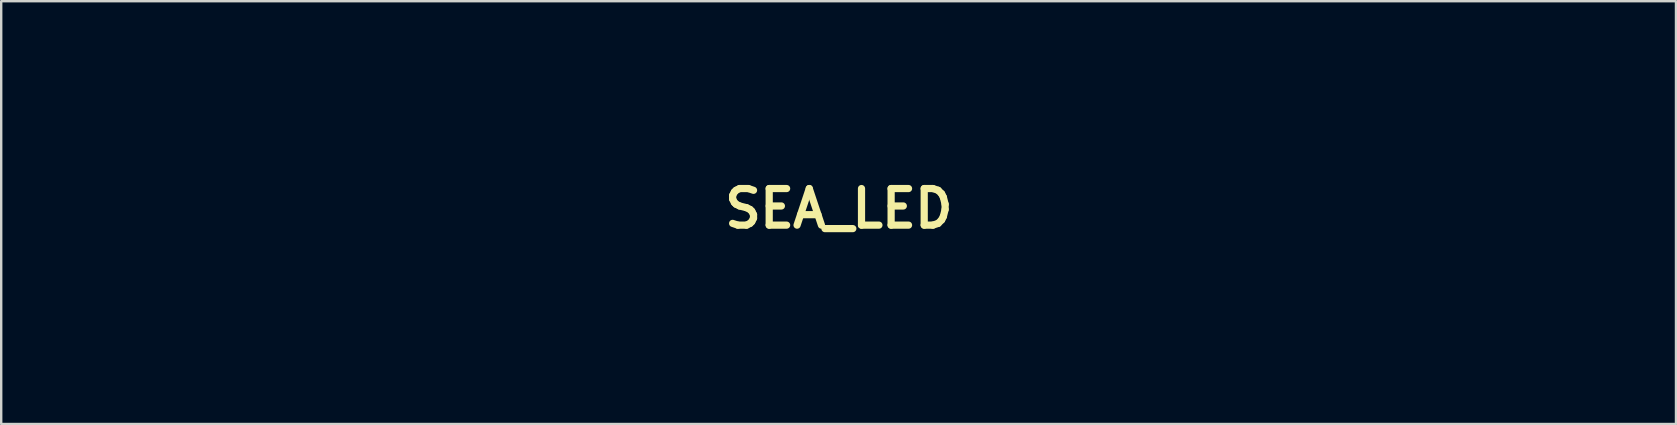
<source format=kicad_pcb>
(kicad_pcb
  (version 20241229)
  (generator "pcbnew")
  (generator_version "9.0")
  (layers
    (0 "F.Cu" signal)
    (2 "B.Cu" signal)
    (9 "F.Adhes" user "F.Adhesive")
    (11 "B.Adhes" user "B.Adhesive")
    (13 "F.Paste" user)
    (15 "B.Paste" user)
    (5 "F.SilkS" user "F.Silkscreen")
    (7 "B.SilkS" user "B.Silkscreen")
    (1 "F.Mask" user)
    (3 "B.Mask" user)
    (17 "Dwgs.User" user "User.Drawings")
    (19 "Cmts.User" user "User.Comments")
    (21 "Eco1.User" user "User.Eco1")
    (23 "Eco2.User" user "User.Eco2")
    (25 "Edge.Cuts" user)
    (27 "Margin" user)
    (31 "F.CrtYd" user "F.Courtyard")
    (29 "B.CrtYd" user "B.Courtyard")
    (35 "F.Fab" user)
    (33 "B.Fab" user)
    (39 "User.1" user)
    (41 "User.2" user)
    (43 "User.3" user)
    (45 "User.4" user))
  (footprint "SEA_LED"
    (layer "F.Cu")
    (at 31.903 5.641)
    (property "Reference" "SEA_LED" (at 0 0 0) (layer "F.SilkS") (effects (font (size 1.524 1.524) (thickness 0.3))))
    (attr through_hole)
    (fp_poly (pts (xy -18.098 -0.336) (xy -17.984 -0.231) (xy -17.928 -0.084) (xy -17.943 0.082) (xy -17.97 0.144) (xy -18.055 0.215) (xy -18.185 0.236) (xy -18.327 0.21) (xy -18.439 0.141) (xy -18.515 0.011) (xy -18.522 -0.132) (xy -18.469 -0.262) (xy -18.367 -0.351) (xy -18.257 -0.376) (xy -18.098 -0.336)) (stroke (width 0.01) (type solid)) (fill yes) (layer "F.Mask"))
    (fp_poly (pts (xy -11.72 1.142) (xy -11.589 1.211) (xy -11.501 1.331) (xy -11.477 1.451) (xy -11.516 1.6) (xy -11.617 1.698) (xy -11.757 1.737) (xy -11.913 1.707) (xy -11.984 1.667) (xy -12.065 1.559) (xy -12.089 1.415) (xy -12.054 1.274) (xy -12.002 1.207) (xy -11.866 1.137) (xy -11.72 1.142)) (stroke (width 0.01) (type solid)) (fill yes) (layer "F.Mask"))
    (fp_poly (pts (xy 4.054 -0.807) (xy 4.127 -0.665) (xy 4.139 -0.556) (xy 4.106 -0.382) (xy 4.012 -0.277) (xy 3.87 -0.247) (xy 3.738 -0.28) (xy 3.597 -0.376) (xy 3.526 -0.508) (xy 3.529 -0.652) (xy 3.612 -0.783) (xy 3.628 -0.798) (xy 3.785 -0.882) (xy 3.934 -0.882) (xy 4.054 -0.807)) (stroke (width 0.01) (type solid)) (fill yes) (layer "F.Mask"))
    (fp_poly (pts (xy 14.576 -5.418) (xy 14.653 -5.302) (xy 14.676 -5.133) (xy 14.64 -4.975) (xy 14.546 -4.878) (xy 14.412 -4.849) (xy 14.258 -4.896) (xy 14.188 -4.942) (xy 14.097 -5.048) (xy 14.064 -5.151) (xy 14.106 -5.268) (xy 14.212 -5.373) (xy 14.352 -5.442) (xy 14.445 -5.456) (xy 14.576 -5.418)) (stroke (width 0.01) (type solid)) (fill yes) (layer "F.Mask"))
    (fp_poly (pts (xy 15.746 -5.494) (xy 15.878 -5.436) (xy 15.968 -5.33) (xy 15.993 -5.224) (xy 15.955 -5.064) (xy 15.858 -4.943) (xy 15.725 -4.875) (xy 15.579 -4.874) (xy 15.487 -4.916) (xy 15.407 -5.024) (xy 15.378 -5.173) (xy 15.401 -5.323) (xy 15.467 -5.425) (xy 15.6 -5.494) (xy 15.746 -5.494)) (stroke (width 0.01) (type solid)) (fill yes) (layer "F.Mask"))
    (fp_poly (pts (xy -31.279 -2.767) (xy -31.177 -2.66) (xy -31.139 -2.514) (xy -31.178 -2.366) (xy -31.279 -2.262) (xy -31.416 -2.21) (xy -31.566 -2.217) (xy -31.704 -2.289) (xy -31.747 -2.335) (xy -31.83 -2.483) (xy -31.825 -2.611) (xy -31.73 -2.734) (xy -31.723 -2.74) (xy -31.577 -2.817) (xy -31.421 -2.823) (xy -31.279 -2.767)) (stroke (width 0.01) (type solid)) (fill yes) (layer "F.Mask"))
    (fp_poly (pts (xy -24.838 2.018) (xy -24.721 2.116) (xy -24.655 2.261) (xy -24.647 2.336) (xy -24.687 2.485) (xy -24.791 2.588) (xy -24.938 2.635) (xy -25.106 2.615) (xy -25.188 2.578) (xy -25.315 2.465) (xy -25.353 2.326) (xy -25.302 2.167) (xy -25.255 2.099) (xy -25.128 2.001) (xy -24.982 1.976) (xy -24.838 2.018)) (stroke (width 0.01) (type solid)) (fill yes) (layer "F.Mask"))
    (fp_poly (pts (xy -22.149 5.221) (xy -22.05 5.383) (xy -22.043 5.535) (xy -22.127 5.686) (xy -22.142 5.703) (xy -22.258 5.77) (xy -22.406 5.781) (xy -22.545 5.738) (xy -22.597 5.696) (xy -22.659 5.561) (xy -22.663 5.426) (xy -22.641 5.301) (xy -22.581 5.22) (xy -22.468 5.151) (xy -22.288 5.056) (xy -22.149 5.221)) (stroke (width 0.01) (type solid)) (fill yes) (layer "F.Mask"))
    (fp_poly (pts (xy -22.108 1.082) (xy -21.991 1.154) (xy -21.942 1.259) (xy -21.951 1.418) (xy -21.958 1.458) (xy -22.026 1.602) (xy -22.14 1.698) (xy -22.275 1.739) (xy -22.408 1.715) (xy -22.509 1.626) (xy -22.569 1.467) (xy -22.556 1.311) (xy -22.485 1.178) (xy -22.369 1.086) (xy -22.222 1.056) (xy -22.108 1.082)) (stroke (width 0.01) (type solid)) (fill yes) (layer "F.Mask"))
    (fp_poly (pts (xy -19.505 5.287) (xy -19.362 5.366) (xy -19.26 5.491) (xy -19.251 5.63) (xy -19.333 5.78) (xy -19.353 5.802) (xy -19.49 5.905) (xy -19.625 5.913) (xy -19.764 5.828) (xy -19.781 5.811) (xy -19.876 5.664) (xy -19.886 5.51) (xy -19.809 5.369) (xy -19.803 5.362) (xy -19.663 5.28) (xy -19.505 5.287)) (stroke (width 0.01) (type solid)) (fill yes) (layer "F.Mask"))
    (fp_poly (pts (xy -19.324 -5.418) (xy -19.288 -5.378) (xy -19.219 -5.239) (xy -19.239 -5.104) (xy -19.35 -4.962) (xy -19.362 -4.951) (xy -19.474 -4.869) (xy -19.575 -4.854) (xy -19.661 -4.88) (xy -19.781 -4.97) (xy -19.839 -5.107) (xy -19.832 -5.261) (xy -19.754 -5.4) (xy -19.615 -5.49) (xy -19.463 -5.495) (xy -19.324 -5.418)) (stroke (width 0.01) (type solid)) (fill yes) (layer "F.Mask"))
    (fp_poly (pts (xy -18.005 5.3) (xy -17.999 5.307) (xy -17.945 5.414) (xy -17.923 5.556) (xy -17.935 5.69) (xy -17.98 5.776) (xy -18.095 5.833) (xy -18.237 5.858) (xy -18.344 5.846) (xy -18.469 5.753) (xy -18.523 5.619) (xy -18.504 5.468) (xy -18.417 5.337) (xy -18.275 5.243) (xy -18.131 5.23) (xy -18.005 5.3)) (stroke (width 0.01) (type solid)) (fill yes) (layer "F.Mask"))
    (fp_poly (pts (xy -16.781 -5.478) (xy -16.628 -5.4) (xy -16.532 -5.289) (xy -16.511 -5.202) (xy -16.551 -5.063) (xy -16.651 -4.949) (xy -16.785 -4.876) (xy -16.926 -4.858) (xy -17.037 -4.901) (xy -17.108 -4.992) (xy -17.147 -5.091) (xy -17.137 -5.215) (xy -17.066 -5.339) (xy -16.959 -5.437) (xy -16.84 -5.483) (xy -16.781 -5.478)) (stroke (width 0.01) (type solid)) (fill yes) (layer "F.Mask"))
    (fp_poly (pts (xy -12.378 2.617) (xy -12.244 2.685) (xy -12.151 2.809) (xy -12.15 2.811) (xy -12.116 2.922) (xy -12.135 3) (xy -12.195 3.075) (xy -12.338 3.191) (xy -12.481 3.216) (xy -12.618 3.162) (xy -12.744 3.048) (xy -12.781 2.912) (xy -12.748 2.776) (xy -12.657 2.662) (xy -12.525 2.609) (xy -12.378 2.617)) (stroke (width 0.01) (type solid)) (fill yes) (layer "F.Mask"))
    (fp_poly (pts (xy -10.988 -0.401) (xy -10.872 -0.329) (xy -10.821 -0.191) (xy -10.819 -0.145) (xy -10.858 -0.000036) (xy -10.958 0.098) (xy -11.094 0.139) (xy -11.239 0.112) (xy -11.321 0.059) (xy -11.415 -0.065) (xy -11.446 -0.199) (xy -11.413 -0.302) (xy -11.335 -0.354) (xy -11.206 -0.396) (xy -11.168 -0.403) (xy -10.988 -0.401)) (stroke (width 0.01) (type solid)) (fill yes) (layer "F.Mask"))
    (fp_poly (pts (xy -10.06 1.382) (xy -9.969 1.45) (xy -9.913 1.589) (xy -9.905 1.617) (xy -9.912 1.758) (xy -9.986 1.873) (xy -10.104 1.951) (xy -10.241 1.98) (xy -10.374 1.95) (xy -10.463 1.871) (xy -10.531 1.709) (xy -10.518 1.558) (xy -10.434 1.439) (xy -10.29 1.372) (xy -10.21 1.364) (xy -10.06 1.382)) (stroke (width 0.01) (type solid)) (fill yes) (layer "F.Mask"))
    (fp_poly (pts (xy -8.799 1.333) (xy -8.681 1.43) (xy -8.653 1.47) (xy -8.584 1.646) (xy -8.601 1.796) (xy -8.696 1.907) (xy -8.862 1.967) (xy -8.95 1.974) (xy -9.075 1.964) (xy -9.143 1.917) (xy -9.173 1.855) (xy -9.217 1.661) (xy -9.181 1.51) (xy -9.095 1.415) (xy -8.937 1.328) (xy -8.799 1.333)) (stroke (width 0.01) (type solid)) (fill yes) (layer "F.Mask"))
    (fp_poly (pts (xy 4.028 3.836) (xy 4.11 3.916) (xy 4.193 4.074) (xy 4.208 4.193) (xy 4.154 4.301) (xy 4.088 4.372) (xy 3.95 4.48) (xy 3.835 4.507) (xy 3.718 4.455) (xy 3.652 4.4) (xy 3.547 4.253) (xy 3.531 4.103) (xy 3.601 3.967) (xy 3.719 3.879) (xy 3.895 3.817) (xy 4.028 3.836)) (stroke (width 0.01) (type solid)) (fill yes) (layer "F.Mask"))
    (fp_poly (pts (xy 4.116 2.298) (xy 4.21 2.412) (xy 4.233 2.52) (xy 4.204 2.665) (xy 4.136 2.792) (xy 4.007 2.896) (xy 3.861 2.91) (xy 3.709 2.835) (xy 3.654 2.784) (xy 3.551 2.628) (xy 3.533 2.475) (xy 3.596 2.346) (xy 3.734 2.256) (xy 3.798 2.237) (xy 3.971 2.235) (xy 4.116 2.298)) (stroke (width 0.01) (type solid)) (fill yes) (layer "F.Mask"))
    (fp_poly (pts (xy 13.059 5.2) (xy 13.147 5.364) (xy 13.164 5.524) (xy 13.115 5.662) (xy 13.007 5.755) (xy 12.865 5.786) (xy 12.714 5.754) (xy 12.609 5.662) (xy 12.542 5.562) (xy 12.513 5.488) (xy 12.512 5.485) (xy 12.548 5.321) (xy 12.658 5.201) (xy 12.757 5.146) (xy 12.947 5.06) (xy 13.059 5.2)) (stroke (width 0.01) (type solid)) (fill yes) (layer "F.Mask"))
    (fp_poly (pts (xy 13.152 3.734) (xy 13.218 3.811) (xy 13.299 3.971) (xy 13.291 4.105) (xy 13.194 4.225) (xy 13.188 4.23) (xy 13.031 4.311) (xy 12.878 4.32) (xy 12.754 4.256) (xy 12.726 4.223) (xy 12.661 4.081) (xy 12.677 3.939) (xy 12.768 3.785) (xy 12.893 3.675) (xy 13.023 3.658) (xy 13.152 3.734)) (stroke (width 0.01) (type solid)) (fill yes) (layer "F.Mask"))
    (fp_poly (pts (xy 14.057 -0.351) (xy 14.175 -0.305) (xy 14.313 -0.21) (xy 14.384 -0.083) (xy 14.384 0.052) (xy 14.312 0.171) (xy 14.226 0.228) (xy 14.041 0.279) (xy 13.892 0.252) (xy 13.808 0.178) (xy 13.743 0.037) (xy 13.754 -0.113) (xy 13.807 -0.238) (xy 13.87 -0.333) (xy 13.945 -0.37) (xy 14.057 -0.351)) (stroke (width 0.01) (type solid)) (fill yes) (layer "F.Mask"))
    (fp_poly (pts (xy 17.111 -0.337) (xy 17.223 -0.239) (xy 17.297 -0.117) (xy 17.31 -0.051) (xy 17.27 0.092) (xy 17.169 0.189) (xy 17.028 0.229) (xy 16.874 0.201) (xy 16.803 0.162) (xy 16.713 0.051) (xy 16.693 -0.084) (xy 16.734 -0.217) (xy 16.827 -0.323) (xy 16.962 -0.375) (xy 16.992 -0.376) (xy 17.111 -0.337)) (stroke (width 0.01) (type solid)) (fill yes) (layer "F.Mask"))
    (fp_poly (pts (xy 18.566 -5.412) (xy 18.646 -5.31) (xy 18.698 -5.208) (xy 18.698 -5.136) (xy 18.652 -5.052) (xy 18.542 -4.943) (xy 18.397 -4.865) (xy 18.294 -4.845) (xy 18.232 -4.875) (xy 18.156 -4.939) (xy 18.077 -5.076) (xy 18.074 -5.227) (xy 18.142 -5.364) (xy 18.272 -5.455) (xy 18.433 -5.478) (xy 18.566 -5.412)) (stroke (width 0.01) (type solid)) (fill yes) (layer "F.Mask"))
    (fp_poly (pts (xy 22.759 -2.291) (xy 22.811 -2.259) (xy 22.928 -2.133) (xy 22.956 -1.995) (xy 22.895 -1.861) (xy 22.817 -1.791) (xy 22.643 -1.705) (xy 22.487 -1.711) (xy 22.354 -1.807) (xy 22.343 -1.821) (xy 22.273 -1.967) (xy 22.281 -2.107) (xy 22.35 -2.224) (xy 22.463 -2.304) (xy 22.605 -2.332) (xy 22.759 -2.291)) (stroke (width 0.01) (type solid)) (fill yes) (layer "F.Mask"))
    (fp_poly (pts (xy 22.775 5.147) (xy 22.924 5.242) (xy 23.026 5.387) (xy 23.038 5.535) (xy 22.964 5.675) (xy 22.828 5.778) (xy 22.69 5.828) (xy 22.58 5.8) (xy 22.493 5.724) (xy 22.408 5.596) (xy 22.362 5.473) (xy 22.357 5.359) (xy 22.408 5.274) (xy 22.462 5.228) (xy 22.623 5.141) (xy 22.775 5.147)) (stroke (width 0.01) (type solid)) (fill yes) (layer "F.Mask"))
    (fp_poly (pts (xy 24.507 5.16) (xy 24.656 5.254) (xy 24.696 5.293) (xy 24.768 5.428) (xy 24.764 5.573) (xy 24.697 5.705) (xy 24.578 5.8) (xy 24.432 5.833) (xy 24.281 5.799) (xy 24.18 5.709) (xy 24.096 5.553) (xy 24.104 5.408) (xy 24.204 5.264) (xy 24.218 5.251) (xy 24.362 5.159) (xy 24.507 5.16)) (stroke (width 0.01) (type solid)) (fill yes) (layer "F.Mask"))
    (fp_poly (pts (xy 26.129 5.241) (xy 26.134 5.246) (xy 26.232 5.396) (xy 26.241 5.548) (xy 26.164 5.685) (xy 26.055 5.764) (xy 25.908 5.823) (xy 25.801 5.813) (xy 25.705 5.732) (xy 25.686 5.709) (xy 25.601 5.548) (xy 25.608 5.401) (xy 25.694 5.283) (xy 25.853 5.177) (xy 25.997 5.163) (xy 26.129 5.241)) (stroke (width 0.01) (type solid)) (fill yes) (layer "F.Mask"))
    (fp_poly (pts (xy 27.158 -5.347) (xy 27.271 -5.289) (xy 27.359 -5.178) (xy 27.369 -5.037) (xy 27.303 -4.888) (xy 27.252 -4.828) (xy 27.114 -4.727) (xy 26.987 -4.717) (xy 26.855 -4.797) (xy 26.832 -4.819) (xy 26.735 -4.964) (xy 26.728 -5.105) (xy 26.813 -5.233) (xy 26.854 -5.265) (xy 27.014 -5.348) (xy 27.158 -5.347)) (stroke (width 0.01) (type solid)) (fill yes) (layer "F.Mask"))
    (fp_poly (pts (xy 28.53 -5.107) (xy 28.671 -5.012) (xy 28.768 -4.866) (xy 28.774 -4.721) (xy 28.691 -4.59) (xy 28.663 -4.566) (xy 28.513 -4.482) (xy 28.379 -4.488) (xy 28.244 -4.584) (xy 28.244 -4.584) (xy 28.147 -4.73) (xy 28.142 -4.878) (xy 28.229 -5.017) (xy 28.237 -5.025) (xy 28.383 -5.113) (xy 28.53 -5.107)) (stroke (width 0.01) (type solid)) (fill yes) (layer "F.Mask"))
    (fp_poly (pts (xy 31.415 -2.087) (xy 31.476 -2.021) (xy 31.534 -1.915) (xy 31.539 -1.794) (xy 31.527 -1.718) (xy 31.461 -1.567) (xy 31.345 -1.494) (xy 31.184 -1.502) (xy 31.106 -1.529) (xy 30.964 -1.629) (xy 30.905 -1.764) (xy 30.931 -1.923) (xy 31.003 -2.042) (xy 31.129 -2.139) (xy 31.275 -2.154) (xy 31.415 -2.087)) (stroke (width 0.01) (type solid)) (fill yes) (layer "F.Mask"))
    (fp_poly (pts (xy -31.374 4.334) (xy -31.224 4.426) (xy -31.149 4.572) (xy -31.139 4.674) (xy -31.18 4.798) (xy -31.287 4.898) (xy -31.43 4.962) (xy -31.582 4.981) (xy -31.713 4.943) (xy -31.76 4.904) (xy -31.864 4.765) (xy -31.898 4.656) (xy -31.867 4.552) (xy -31.834 4.502) (xy -31.69 4.36) (xy -31.524 4.309) (xy -31.374 4.334)) (stroke (width 0.01) (type solid)) (fill yes) (layer "F.Mask"))
    (fp_poly (pts (xy -29.011 -0.52) (xy -28.923 -0.467) (xy -28.814 -0.344) (xy -28.784 -0.206) (xy -28.829 -0.075) (xy -28.94 0.029) (xy -29.084 0.078) (xy -29.217 0.083) (xy -29.319 0.032) (xy -29.371 -0.016) (xy -29.465 -0.135) (xy -29.485 -0.249) (xy -29.437 -0.394) (xy -29.42 -0.426) (xy -29.319 -0.534) (xy -29.177 -0.566) (xy -29.011 -0.52)) (stroke (width 0.01) (type solid)) (fill yes) (layer "F.Mask"))
    (fp_poly (pts (xy -28.146 5.401) (xy -28.039 5.497) (xy -27.986 5.622) (xy -28.002 5.761) (xy -28.081 5.88) (xy -28.208 5.95) (xy -28.373 5.972) (xy -28.528 5.941) (xy -28.557 5.926) (xy -28.629 5.853) (xy -28.69 5.744) (xy -28.719 5.586) (xy -28.66 5.464) (xy -28.516 5.379) (xy -28.474 5.366) (xy -28.296 5.352) (xy -28.146 5.401)) (stroke (width 0.01) (type solid)) (fill yes) (layer "F.Mask"))
    (fp_poly (pts (xy -25.891 -4.603) (xy -25.788 -4.555) (xy -25.672 -4.44) (xy -25.631 -4.304) (xy -25.659 -4.166) (xy -25.746 -4.048) (xy -25.886 -3.97) (xy -26.016 -3.951) (xy -26.112 -3.983) (xy -26.219 -4.06) (xy -26.225 -4.067) (xy -26.321 -4.211) (xy -26.338 -4.354) (xy -26.289 -4.48) (xy -26.189 -4.574) (xy -26.052 -4.62) (xy -25.891 -4.603)) (stroke (width 0.01) (type solid)) (fill yes) (layer "F.Mask"))
    (fp_poly (pts (xy -20.701 5.215) (xy -20.615 5.32) (xy -20.566 5.459) (xy -20.563 5.605) (xy -20.615 5.728) (xy -20.637 5.751) (xy -20.767 5.827) (xy -20.918 5.86) (xy -21.026 5.846) (xy -21.145 5.751) (xy -21.207 5.6) (xy -21.212 5.543) (xy -21.173 5.421) (xy -21.074 5.3) (xy -20.943 5.209) (xy -20.816 5.174) (xy -20.701 5.215)) (stroke (width 0.01) (type solid)) (fill yes) (layer "F.Mask"))
    (fp_poly (pts (xy -20.625 -5.396) (xy -20.551 -5.268) (xy -20.536 -5.151) (xy -20.555 -5.019) (xy -20.598 -4.92) (xy -20.599 -4.92) (xy -20.707 -4.856) (xy -20.852 -4.855) (xy -21.004 -4.915) (xy -21.043 -4.942) (xy -21.145 -5.061) (xy -21.153 -5.185) (xy -21.068 -5.316) (xy -21.042 -5.341) (xy -20.888 -5.439) (xy -20.743 -5.455) (xy -20.625 -5.396)) (stroke (width 0.01) (type solid)) (fill yes) (layer "F.Mask"))
    (fp_poly (pts (xy -19.662 -0.355) (xy -19.52 -0.258) (xy -19.516 -0.254) (xy -19.433 -0.16) (xy -19.412 -0.075) (xy -19.431 0.016) (xy -19.484 0.139) (xy -19.553 0.223) (xy -19.693 0.276) (xy -19.855 0.268) (xy -19.968 0.217) (xy -20.042 0.111) (xy -20.058 -0.033) (xy -20.018 -0.179) (xy -19.941 -0.277) (xy -19.797 -0.361) (xy -19.662 -0.355)) (stroke (width 0.01) (type solid)) (fill yes) (layer "F.Mask"))
    (fp_poly (pts (xy -17.959 -5.44) (xy -17.895 -5.388) (xy -17.8 -5.253) (xy -17.794 -5.118) (xy -17.877 -4.969) (xy -17.877 -4.969) (xy -18.009 -4.866) (xy -18.162 -4.848) (xy -18.318 -4.916) (xy -18.375 -4.965) (xy -18.457 -5.073) (xy -18.471 -5.178) (xy -18.465 -5.212) (xy -18.388 -5.373) (xy -18.263 -5.47) (xy -18.112 -5.494) (xy -17.959 -5.44)) (stroke (width 0.01) (type solid)) (fill yes) (layer "F.Mask"))
    (fp_poly (pts (xy -16.942 5.197) (xy -16.801 5.292) (xy -16.717 5.388) (xy -16.64 5.502) (xy -16.618 5.583) (xy -16.643 5.669) (xy -16.644 5.671) (xy -16.745 5.799) (xy -16.886 5.864) (xy -17.038 5.862) (xy -17.173 5.789) (xy -17.212 5.743) (xy -17.295 5.581) (xy -17.291 5.436) (xy -17.2 5.287) (xy -17.076 5.196) (xy -16.942 5.197)) (stroke (width 0.01) (type solid)) (fill yes) (layer "F.Mask"))
    (fp_poly (pts (xy -16.782 -0.329) (xy -16.713 -0.254) (xy -16.624 -0.111) (xy -16.618 0.004) (xy -16.695 0.11) (xy -16.728 0.138) (xy -16.892 0.224) (xy -17.048 0.23) (xy -17.177 0.157) (xy -17.225 0.094) (xy -17.276 -0.009) (xy -17.275 -0.087) (xy -17.225 -0.188) (xy -17.11 -0.313) (xy -16.984 -0.359) (xy -16.865 -0.369) (xy -16.782 -0.329)) (stroke (width 0.01) (type solid)) (fill yes) (layer "F.Mask"))
    (fp_poly (pts (xy -15.578 5.201) (xy -15.451 5.295) (xy -15.387 5.427) (xy -15.387 5.57) (xy -15.451 5.698) (xy -15.576 5.781) (xy -15.745 5.826) (xy -15.862 5.814) (xy -15.956 5.739) (xy -15.989 5.696) (xy -16.066 5.57) (xy -16.077 5.471) (xy -16.024 5.36) (xy -15.993 5.316) (xy -15.872 5.194) (xy -15.734 5.16) (xy -15.578 5.201)) (stroke (width 0.01) (type solid)) (fill yes) (layer "F.Mask"))
    (fp_poly (pts (xy -10.293 -2.216) (xy -10.27 -2.208) (xy -10.138 -2.136) (xy -10.078 -2.031) (xy -10.067 -1.916) (xy -10.094 -1.804) (xy -10.19 -1.711) (xy -10.219 -1.693) (xy -10.401 -1.612) (xy -10.546 -1.617) (xy -10.651 -1.704) (xy -10.717 -1.866) (xy -10.705 -2.03) (xy -10.622 -2.162) (xy -10.523 -2.236) (xy -10.427 -2.252) (xy -10.293 -2.216)) (stroke (width 0.01) (type solid)) (fill yes) (layer "F.Mask"))
    (fp_poly (pts (xy -6.45 -0.562) (xy -6.371 -0.494) (xy -6.326 -0.357) (xy -6.319 -0.319) (xy -6.331 -0.156) (xy -6.412 -0.033) (xy -6.54 0.037) (xy -6.695 0.043) (xy -6.856 -0.026) (xy -6.857 -0.026) (xy -6.942 -0.132) (xy -6.955 -0.261) (xy -6.907 -0.392) (xy -6.809 -0.502) (xy -6.672 -0.569) (xy -6.584 -0.58) (xy -6.45 -0.562)) (stroke (width 0.01) (type solid)) (fill yes) (layer "F.Mask"))
    (fp_poly (pts (xy 3.913 -4.035) (xy 4.052 -3.953) (xy 4.089 -3.909) (xy 4.171 -3.751) (xy 4.167 -3.618) (xy 4.075 -3.491) (xy 4.042 -3.461) (xy 3.896 -3.364) (xy 3.775 -3.35) (xy 3.661 -3.418) (xy 3.63 -3.448) (xy 3.551 -3.586) (xy 3.528 -3.747) (xy 3.562 -3.896) (xy 3.614 -3.967) (xy 3.757 -4.041) (xy 3.913 -4.035)) (stroke (width 0.01) (type solid)) (fill yes) (layer "F.Mask"))
    (fp_poly (pts (xy 4.068 -5.536) (xy 4.133 -5.443) (xy 4.211 -5.294) (xy 4.225 -5.18) (xy 4.175 -5.069) (xy 4.136 -5.016) (xy 4.005 -4.912) (xy 3.854 -4.895) (xy 3.702 -4.963) (xy 3.641 -5.019) (xy 3.555 -5.165) (xy 3.555 -5.309) (xy 3.636 -5.437) (xy 3.79 -5.537) (xy 3.91 -5.575) (xy 3.999 -5.582) (xy 4.068 -5.536)) (stroke (width 0.01) (type solid)) (fill yes) (layer "F.Mask"))
    (fp_poly (pts (xy 4.091 -2.37) (xy 4.128 -2.332) (xy 4.2 -2.179) (xy 4.192 -2.027) (xy 4.12 -1.894) (xy 3.998 -1.797) (xy 3.838 -1.757) (xy 3.711 -1.772) (xy 3.629 -1.835) (xy 3.563 -1.957) (xy 3.529 -2.102) (xy 3.528 -2.134) (xy 3.568 -2.273) (xy 3.672 -2.375) (xy 3.811 -2.431) (xy 3.96 -2.432) (xy 4.091 -2.37)) (stroke (width 0.01) (type solid)) (fill yes) (layer "F.Mask"))
    (fp_poly (pts (xy 8.371 5.218) (xy 8.44 5.279) (xy 8.498 5.416) (xy 8.511 5.57) (xy 8.479 5.705) (xy 8.431 5.767) (xy 8.301 5.82) (xy 8.145 5.825) (xy 8.008 5.782) (xy 7.971 5.754) (xy 7.923 5.65) (xy 7.914 5.501) (xy 7.943 5.349) (xy 7.998 5.243) (xy 8.101 5.183) (xy 8.239 5.176) (xy 8.371 5.218)) (stroke (width 0.01) (type solid)) (fill yes) (layer "F.Mask"))
    (fp_poly (pts (xy 10.737 5.225) (xy 10.846 5.306) (xy 10.932 5.423) (xy 10.975 5.542) (xy 10.971 5.597) (xy 10.879 5.752) (xy 10.74 5.847) (xy 10.579 5.871) (xy 10.42 5.816) (xy 10.411 5.81) (xy 10.306 5.691) (xy 10.273 5.552) (xy 10.301 5.413) (xy 10.379 5.294) (xy 10.496 5.215) (xy 10.639 5.197) (xy 10.737 5.225)) (stroke (width 0.01) (type solid)) (fill yes) (layer "F.Mask"))
    (fp_poly (pts (xy 12.995 2.455) (xy 13.157 2.491) (xy 13.266 2.579) (xy 13.272 2.587) (xy 13.327 2.724) (xy 13.307 2.858) (xy 13.229 2.976) (xy 13.113 3.06) (xy 12.975 3.097) (xy 12.833 3.071) (xy 12.757 3.022) (xy 12.653 2.879) (xy 12.635 2.72) (xy 12.706 2.567) (xy 12.79 2.483) (xy 12.89 2.453) (xy 12.995 2.455)) (stroke (width 0.01) (type solid)) (fill yes) (layer "F.Mask"))
    (fp_poly (pts (xy 15.67 -0.287) (xy 15.681 -0.279) (xy 15.778 -0.158) (xy 15.8 -0.027) (xy 15.759 0.097) (xy 15.67 0.199) (xy 15.547 0.263) (xy 15.403 0.272) (xy 15.254 0.211) (xy 15.25 0.209) (xy 15.162 0.097) (xy 15.149 -0.045) (xy 15.209 -0.191) (xy 15.27 -0.261) (xy 15.405 -0.355) (xy 15.53 -0.364) (xy 15.67 -0.287)) (stroke (width 0.01) (type solid)) (fill yes) (layer "F.Mask"))
    (fp_poly (pts (xy 15.824 5.338) (xy 15.877 5.384) (xy 15.964 5.485) (xy 15.986 5.574) (xy 15.947 5.688) (xy 15.924 5.735) (xy 15.816 5.876) (xy 15.687 5.925) (xy 15.542 5.883) (xy 15.425 5.789) (xy 15.321 5.665) (xy 15.295 5.561) (xy 15.343 5.448) (xy 15.385 5.392) (xy 15.516 5.29) (xy 15.669 5.272) (xy 15.824 5.338)) (stroke (width 0.01) (type solid)) (fill yes) (layer "F.Mask"))
    (fp_poly (pts (xy 17.162 5.26) (xy 17.251 5.361) (xy 17.297 5.495) (xy 17.295 5.638) (xy 17.24 5.761) (xy 17.139 5.835) (xy 17.03 5.871) (xy 16.953 5.869) (xy 16.853 5.826) (xy 16.839 5.819) (xy 16.738 5.725) (xy 16.703 5.597) (xy 16.725 5.458) (xy 16.798 5.334) (xy 16.913 5.247) (xy 17.035 5.221) (xy 17.162 5.26)) (stroke (width 0.01) (type solid)) (fill yes) (layer "F.Mask"))
    (fp_poly (pts (xy 17.241 -5.443) (xy 17.264 -5.432) (xy 17.393 -5.325) (xy 17.435 -5.189) (xy 17.387 -5.032) (xy 17.358 -4.988) (xy 17.23 -4.873) (xy 17.078 -4.847) (xy 16.913 -4.911) (xy 16.869 -4.942) (xy 16.765 -5.073) (xy 16.745 -5.174) (xy 16.79 -5.323) (xy 16.869 -5.406) (xy 16.992 -5.483) (xy 17.103 -5.495) (xy 17.241 -5.443)) (stroke (width 0.01) (type solid)) (fill yes) (layer "F.Mask"))
    (fp_poly (pts (xy 18.372 -0.362) (xy 18.488 -0.29) (xy 18.494 -0.284) (xy 18.571 -0.13) (xy 18.566 0.017) (xy 18.487 0.138) (xy 18.344 0.216) (xy 18.206 0.235) (xy 18.089 0.212) (xy 18.009 0.126) (xy 17.992 0.094) (xy 17.946 -0.015) (xy 17.952 -0.102) (xy 17.991 -0.186) (xy 18.093 -0.304) (xy 18.23 -0.365) (xy 18.372 -0.362)) (stroke (width 0.01) (type solid)) (fill yes) (layer "F.Mask"))
    (fp_poly (pts (xy 22.726 0.588) (xy 22.857 0.688) (xy 22.939 0.834) (xy 22.936 0.965) (xy 22.845 1.103) (xy 22.817 1.133) (xy 22.702 1.231) (xy 22.603 1.262) (xy 22.481 1.234) (xy 22.448 1.221) (xy 22.335 1.131) (xy 22.277 0.994) (xy 22.278 0.84) (xy 22.338 0.7) (xy 22.405 0.634) (xy 22.568 0.568) (xy 22.726 0.588)) (stroke (width 0.01) (type solid)) (fill yes) (layer "F.Mask"))
    (fp_poly (pts (xy 22.871 3.697) (xy 22.991 3.777) (xy 23.047 3.897) (xy 23.029 4.039) (xy 22.931 4.181) (xy 22.903 4.206) (xy 22.752 4.304) (xy 22.627 4.318) (xy 22.521 4.246) (xy 22.521 4.245) (xy 22.441 4.136) (xy 22.391 4.051) (xy 22.369 3.922) (xy 22.425 3.804) (xy 22.544 3.716) (xy 22.693 3.678) (xy 22.871 3.697)) (stroke (width 0.01) (type solid)) (fill yes) (layer "F.Mask"))
    (fp_poly (pts (xy 22.912 -3.77) (xy 22.97 -3.724) (xy 23.027 -3.615) (xy 23.048 -3.492) (xy 23.028 -3.378) (xy 22.952 -3.301) (xy 22.9 -3.273) (xy 22.736 -3.21) (xy 22.614 -3.216) (xy 22.511 -3.294) (xy 22.487 -3.322) (xy 22.404 -3.465) (xy 22.406 -3.589) (xy 22.486 -3.707) (xy 22.614 -3.788) (xy 22.769 -3.809) (xy 22.912 -3.77)) (stroke (width 0.01) (type solid)) (fill yes) (layer "F.Mask"))
    (fp_poly (pts (xy 24.314 -5.35) (xy 24.459 -5.293) (xy 24.563 -5.191) (xy 24.6 -5.059) (xy 24.561 -4.947) (xy 24.462 -4.833) (xy 24.334 -4.743) (xy 24.207 -4.704) (xy 24.2 -4.704) (xy 24.09 -4.741) (xy 23.992 -4.828) (xy 23.911 -4.984) (xy 23.902 -5.137) (xy 23.967 -5.261) (xy 23.999 -5.289) (xy 24.152 -5.352) (xy 24.314 -5.35)) (stroke (width 0.01) (type solid)) (fill yes) (layer "F.Mask"))
    (fp_poly (pts (xy 25.789 -5.374) (xy 25.904 -5.277) (xy 25.913 -5.261) (xy 25.952 -5.178) (xy 25.947 -5.109) (xy 25.892 -5.019) (xy 25.854 -4.967) (xy 25.728 -4.84) (xy 25.607 -4.805) (xy 25.482 -4.86) (xy 25.421 -4.913) (xy 25.328 -5.05) (xy 25.303 -5.188) (xy 25.346 -5.304) (xy 25.433 -5.366) (xy 25.624 -5.405) (xy 25.789 -5.374)) (stroke (width 0.01) (type solid)) (fill yes) (layer "F.Mask"))
    (fp_poly (pts (xy 29.579 4.54) (xy 29.698 4.613) (xy 29.794 4.743) (xy 29.822 4.905) (xy 29.776 5.062) (xy 29.756 5.092) (xy 29.647 5.168) (xy 29.494 5.201) (xy 29.339 5.183) (xy 29.317 5.175) (xy 29.212 5.088) (xy 29.178 4.956) (xy 29.214 4.796) (xy 29.319 4.624) (xy 29.341 4.598) (xy 29.45 4.525) (xy 29.579 4.54)) (stroke (width 0.01) (type solid)) (fill yes) (layer "F.Mask"))
    (fp_poly (pts (xy 30.962 -3.402) (xy 31.047 -3.337) (xy 31.115 -3.244) (xy 31.132 -3.13) (xy 31.124 -3.048) (xy 31.103 -2.913) (xy 31.069 -2.844) (xy 30.998 -2.811) (xy 30.889 -2.791) (xy 30.758 -2.786) (xy 30.658 -2.834) (xy 30.598 -2.888) (xy 30.474 -3.012) (xy 30.583 -3.211) (xy 30.7 -3.365) (xy 30.829 -3.429) (xy 30.962 -3.402)) (stroke (width 0.01) (type solid)) (fill yes) (layer "F.Mask"))
    (fp_poly (pts (xy 31.446 2.091) (xy 31.515 2.14) (xy 31.591 2.266) (xy 31.606 2.424) (xy 31.56 2.575) (xy 31.515 2.634) (xy 31.374 2.716) (xy 31.217 2.715) (xy 31.068 2.633) (xy 31.041 2.607) (xy 30.95 2.462) (xy 30.95 2.326) (xy 31.036 2.209) (xy 31.205 2.12) (xy 31.238 2.109) (xy 31.365 2.08) (xy 31.446 2.091)) (stroke (width 0.01) (type solid)) (fill yes) (layer "F.Mask"))
    (fp_poly (pts (xy 31.607 0.786) (xy 31.676 0.83) (xy 31.798 0.963) (xy 31.829 1.12) (xy 31.789 1.255) (xy 31.691 1.365) (xy 31.553 1.409) (xy 31.405 1.384) (xy 31.29 1.304) (xy 31.21 1.171) (xy 31.187 1.025) (xy 31.222 0.915) (xy 31.286 0.864) (xy 31.397 0.808) (xy 31.406 0.804) (xy 31.521 0.769) (xy 31.607 0.786)) (stroke (width 0.01) (type solid)) (fill yes) (layer "F.Mask"))
    (fp_poly (pts (xy 31.687 -0.655) (xy 31.804 -0.607) (xy 31.846 -0.56) (xy 31.875 -0.418) (xy 31.84 -0.256) (xy 31.763 -0.129) (xy 31.646 -0.062) (xy 31.501 -0.053) (xy 31.372 -0.104) (xy 31.354 -0.121) (xy 31.296 -0.235) (xy 31.282 -0.39) (xy 31.316 -0.542) (xy 31.328 -0.568) (xy 31.412 -0.636) (xy 31.544 -0.665) (xy 31.687 -0.655)) (stroke (width 0.01) (type solid)) (fill yes) (layer "F.Mask"))
    (fp_poly (pts (xy -30.633 -1.238) (xy -30.495 -1.157) (xy -30.405 -1.047) (xy -30.386 -0.967) (xy -30.419 -0.839) (xy -30.502 -0.717) (xy -30.608 -0.634) (xy -30.683 -0.615) (xy -30.81 -0.638) (xy -30.888 -0.667) (xy -31.011 -0.773) (xy -31.064 -0.923) (xy -31.039 -1.09) (xy -31.023 -1.124) (xy -30.95 -1.228) (xy -30.853 -1.267) (xy -30.791 -1.27) (xy -30.633 -1.238)) (stroke (width 0.01) (type solid)) (fill yes) (layer "F.Mask"))
    (fp_poly (pts (xy -29.68 -5.277) (xy -29.633 -5.221) (xy -29.57 -5.107) (xy -29.547 -5.012) (xy -29.548 -5.002) (xy -29.609 -4.903) (xy -29.735 -4.81) (xy -29.898 -4.742) (xy -29.965 -4.726) (xy -30.082 -4.715) (xy -30.146 -4.746) (xy -30.189 -4.82) (xy -30.239 -4.981) (xy -30.215 -5.109) (xy -30.113 -5.236) (xy -29.958 -5.341) (xy -29.811 -5.355) (xy -29.68 -5.277)) (stroke (width 0.01) (type solid)) (fill yes) (layer "F.Mask"))
    (fp_poly (pts (xy -27.325 -0.129) (xy -27.212 -0.025) (xy -27.156 0.11) (xy -27.163 0.253) (xy -27.239 0.381) (xy -27.33 0.448) (xy -27.463 0.502) (xy -27.583 0.504) (xy -27.662 0.486) (xy -27.745 0.423) (xy -27.815 0.303) (xy -27.856 0.163) (xy -27.853 0.042) (xy -27.85 0.034) (xy -27.761 -0.109) (xy -27.624 -0.175) (xy -27.489 -0.179) (xy -27.325 -0.129)) (stroke (width 0.01) (type solid)) (fill yes) (layer "F.Mask"))
    (fp_poly (pts (xy -26.849 -5.322) (xy -26.73 -5.217) (xy -26.704 -5.164) (xy -26.698 -5.034) (xy -26.749 -4.892) (xy -26.837 -4.779) (xy -26.891 -4.747) (xy -26.987 -4.715) (xy -27.059 -4.712) (xy -27.151 -4.743) (xy -27.216 -4.771) (xy -27.34 -4.864) (xy -27.393 -4.987) (xy -27.38 -5.119) (xy -27.309 -5.239) (xy -27.187 -5.326) (xy -27.023 -5.359) (xy -26.849 -5.322)) (stroke (width 0.01) (type solid)) (fill yes) (layer "F.Mask"))
    (fp_poly (pts (xy -26.435 4.909) (xy -26.293 4.999) (xy -26.231 5.079) (xy -26.174 5.235) (xy -26.205 5.371) (xy -26.326 5.502) (xy -26.326 5.502) (xy -26.487 5.586) (xy -26.642 5.577) (xy -26.794 5.474) (xy -26.816 5.451) (xy -26.912 5.336) (xy -26.941 5.245) (xy -26.909 5.141) (xy -26.863 5.056) (xy -26.746 4.937) (xy -26.595 4.888) (xy -26.435 4.909)) (stroke (width 0.01) (type solid)) (fill yes) (layer "F.Mask"))
    (fp_poly (pts (xy -22.121 -0.294) (xy -21.99 -0.231) (xy -21.902 -0.116) (xy -21.882 -0.04) (xy -21.906 0.103) (xy -22 0.222) (xy -22.137 0.299) (xy -22.293 0.319) (xy -22.379 0.298) (xy -22.441 0.242) (xy -22.508 0.14) (xy -22.509 0.137) (xy -22.554 0.028) (xy -22.545 -0.061) (xy -22.51 -0.135) (xy -22.408 -0.25) (xy -22.269 -0.301) (xy -22.121 -0.294)) (stroke (width 0.01) (type solid)) (fill yes) (layer "F.Mask"))
    (fp_poly (pts (xy -22.074 2.46) (xy -21.986 2.514) (xy -21.945 2.567) (xy -21.889 2.726) (xy -21.915 2.882) (xy -22.017 3.007) (xy -22.062 3.035) (xy -22.23 3.096) (xy -22.363 3.081) (xy -22.476 2.996) (xy -22.556 2.856) (xy -22.573 2.7) (xy -22.526 2.563) (xy -22.492 2.524) (xy -22.38 2.469) (xy -22.223 2.446) (xy -22.215 2.446) (xy -22.074 2.46)) (stroke (width 0.01) (type solid)) (fill yes) (layer "F.Mask"))
    (fp_poly (pts (xy -15.4 -5.467) (xy -15.314 -5.393) (xy -15.218 -5.271) (xy -15.205 -5.162) (xy -15.274 -5.043) (xy -15.33 -4.982) (xy -15.484 -4.872) (xy -15.63 -4.853) (xy -15.762 -4.925) (xy -15.801 -4.969) (xy -15.877 -5.117) (xy -15.896 -5.276) (xy -15.861 -5.395) (xy -15.795 -5.438) (xy -15.674 -5.475) (xy -15.63 -5.483) (xy -15.493 -5.495) (xy -15.4 -5.467)) (stroke (width 0.01) (type solid)) (fill yes) (layer "F.Mask"))
    (fp_poly (pts (xy -7.926 -4.066) (xy -7.804 -4.002) (xy -7.707 -3.922) (xy -7.667 -3.847) (xy -7.667 -3.846) (xy -7.694 -3.78) (xy -7.76 -3.675) (xy -7.787 -3.638) (xy -7.914 -3.518) (xy -8.053 -3.487) (xy -8.217 -3.537) (xy -8.318 -3.611) (xy -8.35 -3.717) (xy -8.324 -3.863) (xy -8.261 -4.006) (xy -8.163 -4.076) (xy -8.038 -4.092) (xy -7.926 -4.066)) (stroke (width 0.01) (type solid)) (fill yes) (layer "F.Mask"))
    (fp_poly (pts (xy -7.498 1.319) (xy -7.401 1.398) (xy -7.33 1.533) (xy -7.301 1.684) (xy -7.309 1.762) (xy -7.384 1.886) (xy -7.517 1.967) (xy -7.677 1.993) (xy -7.836 1.956) (xy -7.864 1.941) (xy -7.961 1.834) (xy -7.991 1.694) (xy -7.958 1.546) (xy -7.869 1.416) (xy -7.728 1.329) (xy -7.728 1.329) (xy -7.598 1.307) (xy -7.498 1.319)) (stroke (width 0.01) (type solid)) (fill yes) (layer "F.Mask"))
    (fp_poly (pts (xy -7.168 -2.152) (xy -7.109 -2.079) (xy -7.033 -1.958) (xy -7.019 -1.873) (xy -7.071 -1.788) (xy -7.133 -1.723) (xy -7.254 -1.628) (xy -7.372 -1.609) (xy -7.517 -1.662) (xy -7.538 -1.673) (xy -7.643 -1.771) (xy -7.673 -1.891) (xy -7.632 -2.014) (xy -7.529 -2.119) (xy -7.37 -2.187) (xy -7.353 -2.191) (xy -7.246 -2.198) (xy -7.168 -2.152)) (stroke (width 0.01) (type solid)) (fill yes) (layer "F.Mask"))
    (fp_poly (pts (xy -5.47 2.325) (xy -5.329 2.373) (xy -5.266 2.425) (xy -5.218 2.543) (xy -5.219 2.686) (xy -5.265 2.81) (xy -5.3 2.849) (xy -5.423 2.902) (xy -5.569 2.916) (xy -5.701 2.89) (xy -5.783 2.827) (xy -5.784 2.825) (xy -5.829 2.667) (xy -5.815 2.506) (xy -5.745 2.381) (xy -5.74 2.377) (xy -5.621 2.324) (xy -5.47 2.325)) (stroke (width 0.01) (type solid)) (fill yes) (layer "F.Mask"))
    (fp_poly (pts (xy -4.388 5.289) (xy -4.299 5.359) (xy -4.252 5.5) (xy -4.249 5.52) (xy -4.254 5.695) (xy -4.33 5.813) (xy -4.471 5.869) (xy -4.669 5.858) (xy -4.718 5.847) (xy -4.799 5.785) (xy -4.863 5.668) (xy -4.892 5.533) (xy -4.892 5.526) (xy -4.851 5.428) (xy -4.749 5.338) (xy -4.618 5.279) (xy -4.542 5.269) (xy -4.388 5.289)) (stroke (width 0.01) (type solid)) (fill yes) (layer "F.Mask"))
    (fp_poly (pts (xy 7.073 5.179) (xy 7.154 5.227) (xy 7.155 5.228) (xy 7.196 5.365) (xy 7.189 5.531) (xy 7.138 5.68) (xy 7.094 5.737) (xy 6.956 5.815) (xy 6.803 5.831) (xy 6.668 5.783) (xy 6.611 5.728) (xy 6.543 5.568) (xy 6.547 5.409) (xy 6.621 5.278) (xy 6.661 5.245) (xy 6.792 5.19) (xy 6.94 5.167) (xy 7.073 5.179)) (stroke (width 0.01) (type solid)) (fill yes) (layer "F.Mask"))
    (fp_poly (pts (xy 13.044 -4.219) (xy 13.155 -4.135) (xy 13.213 -3.985) (xy 13.217 -3.921) (xy 13.205 -3.811) (xy 13.149 -3.744) (xy 13.047 -3.693) (xy 12.93 -3.644) (xy 12.863 -3.631) (xy 12.804 -3.66) (xy 12.713 -3.736) (xy 12.704 -3.744) (xy 12.591 -3.867) (xy 12.57 -3.979) (xy 12.641 -4.089) (xy 12.729 -4.157) (xy 12.896 -4.229) (xy 13.044 -4.219)) (stroke (width 0.01) (type solid)) (fill yes) (layer "F.Mask"))
    (fp_poly (pts (xy 13.148 -5.346) (xy 13.313 -5.261) (xy 13.328 -5.249) (xy 13.421 -5.136) (xy 13.427 -5.011) (xy 13.347 -4.867) (xy 13.298 -4.81) (xy 13.215 -4.733) (xy 13.138 -4.71) (xy 13.033 -4.74) (xy 12.935 -4.786) (xy 12.818 -4.863) (xy 12.766 -4.959) (xy 12.755 -5.026) (xy 12.776 -5.19) (xy 12.861 -5.303) (xy 12.991 -5.357) (xy 13.148 -5.346)) (stroke (width 0.01) (type solid)) (fill yes) (layer "F.Mask"))
    (fp_poly (pts (xy 13.259 -1.537) (xy 13.325 -1.493) (xy 13.455 -1.388) (xy 13.376 -1.188) (xy 13.323 -1.066) (xy 13.267 -1.008) (xy 13.174 -0.989) (xy 13.076 -0.988) (xy 12.892 -1.008) (xy 12.782 -1.07) (xy 12.782 -1.07) (xy 12.733 -1.187) (xy 12.742 -1.337) (xy 12.804 -1.482) (xy 12.831 -1.517) (xy 12.947 -1.585) (xy 13.1 -1.591) (xy 13.259 -1.537)) (stroke (width 0.01) (type solid)) (fill yes) (layer "F.Mask"))
    (fp_poly (pts (xy 19.634 5.204) (xy 19.757 5.307) (xy 19.836 5.443) (xy 19.85 5.522) (xy 19.816 5.637) (xy 19.761 5.71) (xy 19.653 5.772) (xy 19.512 5.812) (xy 19.379 5.82) (xy 19.304 5.799) (xy 19.228 5.709) (xy 19.165 5.582) (xy 19.144 5.486) (xy 19.184 5.371) (xy 19.283 5.26) (xy 19.408 5.182) (xy 19.497 5.162) (xy 19.634 5.204)) (stroke (width 0.01) (type solid)) (fill yes) (layer "F.Mask"))
    (fp_poly (pts (xy 22.851 2.273) (xy 22.983 2.364) (xy 22.998 2.382) (xy 23.076 2.507) (xy 23.081 2.612) (xy 23.008 2.721) (xy 22.949 2.78) (xy 22.826 2.88) (xy 22.732 2.908) (xy 22.636 2.865) (xy 22.561 2.801) (xy 22.477 2.693) (xy 22.437 2.585) (xy 22.437 2.576) (xy 22.475 2.417) (xy 22.573 2.307) (xy 22.706 2.256) (xy 22.851 2.273)) (stroke (width 0.01) (type solid)) (fill yes) (layer "F.Mask"))
    (fp_poly (pts (xy 22.927 -0.895) (xy 22.996 -0.852) (xy 23.071 -0.776) (xy 23.089 -0.685) (xy 23.077 -0.599) (xy 23.026 -0.444) (xy 22.932 -0.351) (xy 22.77 -0.301) (xy 22.751 -0.298) (xy 22.634 -0.289) (xy 22.565 -0.328) (xy 22.511 -0.416) (xy 22.446 -0.588) (xy 22.454 -0.73) (xy 22.51 -0.836) (xy 22.619 -0.918) (xy 22.769 -0.938) (xy 22.927 -0.895)) (stroke (width 0.01) (type solid)) (fill yes) (layer "F.Mask"))
    (fp_poly (pts (xy 29.915 -4.494) (xy 30.037 -4.438) (xy 30.119 -4.365) (xy 30.135 -4.272) (xy 30.126 -4.215) (xy 30.062 -4.072) (xy 29.949 -3.948) (xy 29.816 -3.87) (xy 29.746 -3.857) (xy 29.638 -3.891) (xy 29.57 -3.943) (xy 29.51 -4.067) (xy 29.494 -4.231) (xy 29.525 -4.389) (xy 29.541 -4.425) (xy 29.625 -4.492) (xy 29.761 -4.516) (xy 29.915 -4.494)) (stroke (width 0.01) (type solid)) (fill yes) (layer "F.Mask"))
    (fp_poly (pts (xy -24.916 -3.655) (xy -24.863 -3.606) (xy -24.761 -3.458) (xy -24.747 -3.318) (xy -24.817 -3.199) (xy -24.963 -3.114) (xy -25.095 -3.082) (xy -25.247 -3.077) (xy -25.356 -3.121) (xy -25.388 -3.146) (xy -25.473 -3.272) (xy -25.49 -3.421) (xy -25.438 -3.558) (xy -25.406 -3.593) (xy -25.298 -3.656) (xy -25.159 -3.699) (xy -25.151 -3.7) (xy -25.018 -3.705) (xy -24.916 -3.655)) (stroke (width 0.01) (type solid)) (fill yes) (layer "F.Mask"))
    (fp_poly (pts (xy -22.221 3.658) (xy -22.117 3.709) (xy -22.008 3.808) (xy -21.986 3.834) (xy -21.913 3.944) (xy -21.897 4.026) (xy -21.923 4.105) (xy -22.019 4.228) (xy -22.156 4.303) (xy -22.304 4.322) (xy -22.432 4.275) (xy -22.454 4.257) (xy -22.544 4.126) (xy -22.55 3.988) (xy -22.471 3.826) (xy -22.463 3.814) (xy -22.373 3.701) (xy -22.296 3.656) (xy -22.221 3.658)) (stroke (width 0.01) (type solid)) (fill yes) (layer "F.Mask"))
    (fp_poly (pts (xy -22.059 -5.336) (xy -21.917 -5.267) (xy -21.814 -5.166) (xy -21.778 -5.062) (xy -21.809 -4.971) (xy -21.885 -4.861) (xy -21.979 -4.763) (xy -22.065 -4.709) (xy -22.086 -4.706) (xy -22.157 -4.724) (xy -22.269 -4.767) (xy -22.282 -4.773) (xy -22.41 -4.868) (xy -22.471 -4.997) (xy -22.469 -5.135) (xy -22.407 -5.256) (xy -22.288 -5.337) (xy -22.211 -5.353) (xy -22.059 -5.336)) (stroke (width 0.01) (type solid)) (fill yes) (layer "F.Mask"))
    (fp_poly (pts (xy -21.952 -1.54) (xy -21.829 -1.448) (xy -21.792 -1.33) (xy -21.82 -1.238) (xy -21.872 -1.123) (xy -21.891 -1.07) (xy -21.935 -1.014) (xy -22.038 -0.991) (xy -22.118 -0.989) (xy -22.264 -1.001) (xy -22.38 -1.029) (xy -22.401 -1.039) (xy -22.469 -1.126) (xy -22.484 -1.257) (xy -22.447 -1.396) (xy -22.375 -1.497) (xy -22.239 -1.583) (xy -22.087 -1.588) (xy -21.952 -1.54)) (stroke (width 0.01) (type solid)) (fill yes) (layer "F.Mask"))
    (fp_poly (pts (xy -21.138 -0.339) (xy -21.093 -0.324) (xy -20.946 -0.263) (xy -20.87 -0.195) (xy -20.841 -0.093) (xy -20.838 -0.013) (xy -20.858 0.109) (xy -20.937 0.188) (xy -20.976 0.21) (xy -21.151 0.273) (xy -21.296 0.27) (xy -21.392 0.205) (xy -21.4 0.191) (xy -21.446 0.023) (xy -21.427 -0.156) (xy -21.363 -0.283) (xy -21.302 -0.348) (xy -21.239 -0.365) (xy -21.138 -0.339)) (stroke (width 0.01) (type solid)) (fill yes) (layer "F.Mask"))
    (fp_poly (pts (xy -13.447 5.235) (xy -13.291 5.272) (xy -13.206 5.345) (xy -13.174 5.476) (xy -13.171 5.554) (xy -13.186 5.681) (xy -13.247 5.757) (xy -13.3 5.787) (xy -13.406 5.838) (xy -13.469 5.857) (xy -13.532 5.851) (xy -13.57 5.843) (xy -13.724 5.768) (xy -13.813 5.632) (xy -13.829 5.527) (xy -13.794 5.362) (xy -13.691 5.262) (xy -13.526 5.229) (xy -13.447 5.235)) (stroke (width 0.01) (type solid)) (fill yes) (layer "F.Mask"))
    (fp_poly (pts (xy -12.999 4.108) (xy -12.857 4.14) (xy -12.779 4.193) (xy -12.734 4.293) (xy -12.722 4.337) (xy -12.718 4.447) (xy -12.777 4.548) (xy -12.811 4.584) (xy -12.925 4.676) (xy -13.026 4.692) (xy -13.148 4.634) (xy -13.17 4.62) (xy -13.29 4.526) (xy -13.346 4.439) (xy -13.358 4.346) (xy -13.318 4.215) (xy -13.21 4.129) (xy -13.054 4.102) (xy -12.999 4.108)) (stroke (width 0.01) (type solid)) (fill yes) (layer "F.Mask"))
    (fp_poly (pts (xy -4.98 3.915) (xy -4.853 4.003) (xy -4.805 4.072) (xy -4.762 4.179) (xy -4.763 4.252) (xy -4.817 4.333) (xy -4.859 4.383) (xy -5.005 4.508) (xy -5.146 4.54) (xy -5.288 4.478) (xy -5.327 4.445) (xy -5.412 4.349) (xy -5.455 4.269) (xy -5.456 4.258) (xy -5.425 4.108) (xy -5.346 3.972) (xy -5.268 3.904) (xy -5.131 3.878) (xy -4.98 3.915)) (stroke (width 0.01) (type solid)) (fill yes) (layer "F.Mask"))
    (fp_poly (pts (xy 4.019 5.323) (xy 4.093 5.369) (xy 4.129 5.441) (xy 4.139 5.568) (xy 4.139 5.603) (xy 4.129 5.755) (xy 4.094 5.842) (xy 4.048 5.878) (xy 3.895 5.922) (xy 3.737 5.912) (xy 3.614 5.85) (xy 3.606 5.841) (xy 3.541 5.706) (xy 3.536 5.541) (xy 3.593 5.385) (xy 3.601 5.373) (xy 3.714 5.286) (xy 3.873 5.276) (xy 4.019 5.323)) (stroke (width 0.01) (type solid)) (fill yes) (layer "F.Mask"))
    (fp_poly (pts (xy 5.598 5.189) (xy 5.675 5.249) (xy 5.714 5.313) (xy 5.777 5.482) (xy 5.762 5.612) (xy 5.668 5.721) (xy 5.649 5.735) (xy 5.49 5.818) (xy 5.357 5.815) (xy 5.232 5.726) (xy 5.229 5.724) (xy 5.149 5.585) (xy 5.132 5.428) (xy 5.179 5.291) (xy 5.213 5.252) (xy 5.318 5.199) (xy 5.457 5.174) (xy 5.471 5.174) (xy 5.598 5.189)) (stroke (width 0.01) (type solid)) (fill yes) (layer "F.Mask"))
    (fp_poly (pts (xy 9.597 5.214) (xy 9.705 5.336) (xy 9.76 5.507) (xy 9.772 5.628) (xy 9.738 5.702) (xy 9.672 5.754) (xy 9.497 5.825) (xy 9.331 5.803) (xy 9.198 5.713) (xy 9.113 5.608) (xy 9.097 5.523) (xy 9.097 5.521) (xy 9.122 5.437) (xy 9.125 5.413) (xy 9.165 5.323) (xy 9.262 5.238) (xy 9.382 5.182) (xy 9.441 5.174) (xy 9.597 5.214)) (stroke (width 0.01) (type solid)) (fill yes) (layer "F.Mask"))
    (fp_poly (pts (xy 13.159 -0.266) (xy 13.239 -0.19) (xy 13.379 -0.045) (xy 13.293 0.115) (xy 13.173 0.26) (xy 13.008 0.324) (xy 12.945 0.329) (xy 12.873 0.298) (xy 12.778 0.223) (xy 12.768 0.214) (xy 12.689 0.109) (xy 12.653 0.013) (xy 12.653 0.007) (xy 12.695 -0.125) (xy 12.803 -0.24) (xy 12.95 -0.307) (xy 12.959 -0.309) (xy 13.066 -0.313) (xy 13.159 -0.266)) (stroke (width 0.01) (type solid)) (fill yes) (layer "F.Mask"))
    (fp_poly (pts (xy 18.285 5.201) (xy 18.395 5.27) (xy 18.502 5.381) (xy 18.518 5.403) (xy 18.583 5.512) (xy 18.596 5.59) (xy 18.563 5.679) (xy 18.557 5.69) (xy 18.446 5.818) (xy 18.299 5.874) (xy 18.144 5.854) (xy 18.023 5.771) (xy 17.935 5.616) (xy 17.932 5.449) (xy 18.013 5.295) (xy 18.039 5.268) (xy 18.138 5.194) (xy 18.228 5.185) (xy 18.285 5.201)) (stroke (width 0.01) (type solid)) (fill yes) (layer "F.Mask"))
    (fp_poly (pts (xy 22.846 -5.254) (xy 22.935 -5.2) (xy 22.975 -5.148) (xy 23.027 -5.006) (xy 22.989 -4.872) (xy 22.874 -4.752) (xy 22.781 -4.684) (xy 22.716 -4.665) (xy 22.638 -4.685) (xy 22.625 -4.69) (xy 22.502 -4.764) (xy 22.399 -4.874) (xy 22.345 -4.987) (xy 22.343 -5.01) (xy 22.385 -5.14) (xy 22.501 -5.23) (xy 22.677 -5.268) (xy 22.705 -5.268) (xy 22.846 -5.254)) (stroke (width 0.01) (type solid)) (fill yes) (layer "F.Mask"))
    (fp_poly (pts (xy 28.075 5.149) (xy 28.12 5.189) (xy 28.208 5.331) (xy 28.204 5.476) (xy 28.125 5.615) (xy 28.025 5.705) (xy 27.893 5.737) (xy 27.846 5.739) (xy 27.735 5.732) (xy 27.668 5.697) (xy 27.617 5.609) (xy 27.584 5.525) (xy 27.538 5.396) (xy 27.528 5.318) (xy 27.559 5.256) (xy 27.612 5.196) (xy 27.758 5.1) (xy 27.922 5.084) (xy 28.075 5.149)) (stroke (width 0.01) (type solid)) (fill yes) (layer "F.Mask"))
    (fp_poly (pts (xy -29.963 5.075) (xy -29.838 5.126) (xy -29.733 5.231) (xy -29.682 5.356) (xy -29.681 5.371) (xy -29.718 5.478) (xy -29.811 5.592) (xy -29.93 5.683) (xy -30.01 5.715) (xy -30.132 5.714) (xy -30.204 5.682) (xy -30.287 5.596) (xy -30.354 5.503) (xy -30.399 5.408) (xy -30.393 5.318) (xy -30.361 5.233) (xy -30.303 5.133) (xy -30.22 5.082) (xy -30.086 5.068) (xy -29.963 5.075)) (stroke (width 0.01) (type solid)) (fill yes) (layer "F.Mask"))
    (fp_poly (pts (xy -28.236 -5.548) (xy -28.108 -5.369) (xy -28.104 -5.361) (xy -28.065 -5.272) (xy -28.075 -5.209) (xy -28.145 -5.137) (xy -28.179 -5.107) (xy -28.35 -5.011) (xy -28.547 -4.997) (xy -28.656 -5.018) (xy -28.722 -5.075) (xy -28.782 -5.192) (xy -28.795 -5.231) (xy -28.827 -5.355) (xy -28.818 -5.43) (xy -28.758 -5.497) (xy -28.714 -5.533) (xy -28.54 -5.631) (xy -28.38 -5.636) (xy -28.236 -5.548)) (stroke (width 0.01) (type solid)) (fill yes) (layer "F.Mask"))
    (fp_poly (pts (xy -25.824 0.494) (xy -25.736 0.549) (xy -25.634 0.65) (xy -25.608 0.683) (xy -25.524 0.834) (xy -25.527 0.963) (xy -25.621 1.088) (xy -25.668 1.128) (xy -25.789 1.201) (xy -25.912 1.212) (xy -26.063 1.171) (xy -26.19 1.079) (xy -26.263 0.935) (xy -26.266 0.775) (xy -26.266 0.774) (xy -26.201 0.666) (xy -26.085 0.568) (xy -25.951 0.503) (xy -25.833 0.491) (xy -25.824 0.494)) (stroke (width 0.01) (type solid)) (fill yes) (layer "F.Mask"))
    (fp_poly (pts (xy -21.962 -3.004) (xy -21.879 -2.882) (xy -21.848 -2.786) (xy -21.868 -2.674) (xy -21.892 -2.612) (xy -21.943 -2.509) (xy -22.004 -2.461) (xy -22.11 -2.447) (xy -22.176 -2.446) (xy -22.316 -2.454) (xy -22.401 -2.491) (xy -22.47 -2.575) (xy -22.484 -2.599) (xy -22.557 -2.735) (xy -22.565 -2.83) (xy -22.504 -2.915) (xy -22.42 -2.984) (xy -22.245 -3.082) (xy -22.093 -3.088) (xy -21.962 -3.004)) (stroke (width 0.01) (type solid)) (fill yes) (layer "F.Mask"))
    (fp_poly (pts (xy -8.657 -5.378) (xy -8.611 -5.332) (xy -8.543 -5.241) (xy -8.527 -5.157) (xy -8.555 -5.035) (xy -8.557 -5.026) (xy -8.6 -4.91) (xy -8.655 -4.859) (xy -8.756 -4.848) (xy -8.786 -4.849) (xy -8.922 -4.858) (xy -9.023 -4.876) (xy -9.031 -4.879) (xy -9.136 -4.961) (xy -9.171 -5.088) (xy -9.134 -5.237) (xy -9.075 -5.332) (xy -8.945 -5.436) (xy -8.8 -5.451) (xy -8.657 -5.378)) (stroke (width 0.01) (type solid)) (fill yes) (layer "F.Mask"))
    (fp_poly (pts (xy 3.988 0.661) (xy 4.026 0.681) (xy 4.163 0.783) (xy 4.222 0.913) (xy 4.215 1.094) (xy 4.212 1.108) (xy 4.188 1.217) (xy 4.149 1.277) (xy 4.069 1.311) (xy 3.924 1.338) (xy 3.774 1.348) (xy 3.693 1.315) (xy 3.687 1.308) (xy 3.568 1.102) (xy 3.537 0.927) (xy 3.595 0.784) (xy 3.71 0.689) (xy 3.818 0.631) (xy 3.895 0.623) (xy 3.988 0.661)) (stroke (width 0.01) (type solid)) (fill yes) (layer "F.Mask"))
    (fp_poly (pts (xy 13.106 1.083) (xy 13.138 1.104) (xy 13.229 1.188) (xy 13.263 1.305) (xy 13.264 1.36) (xy 13.238 1.54) (xy 13.152 1.653) (xy 12.995 1.714) (xy 12.978 1.718) (xy 12.836 1.725) (xy 12.741 1.68) (xy 12.728 1.668) (xy 12.67 1.556) (xy 12.662 1.394) (xy 12.684 1.259) (xy 12.741 1.175) (xy 12.844 1.11) (xy 12.955 1.055) (xy 13.029 1.047) (xy 13.106 1.083)) (stroke (width 0.01) (type solid)) (fill yes) (layer "F.Mask"))
    (fp_poly (pts (xy 13.136 -3.068) (xy 13.158 -3.056) (xy 13.29 -2.933) (xy 13.35 -2.767) (xy 13.331 -2.599) (xy 13.29 -2.517) (xy 13.222 -2.476) (xy 13.094 -2.457) (xy 13.069 -2.455) (xy 12.928 -2.453) (xy 12.842 -2.482) (xy 12.77 -2.556) (xy 12.749 -2.585) (xy 12.669 -2.744) (xy 12.68 -2.877) (xy 12.782 -2.991) (xy 12.853 -3.034) (xy 12.971 -3.091) (xy 13.051 -3.101) (xy 13.136 -3.068)) (stroke (width 0.01) (type solid)) (fill yes) (layer "F.Mask"))
    (fp_poly (pts (xy 19.78 -5.484) (xy 19.859 -5.419) (xy 19.905 -5.369) (xy 19.987 -5.264) (xy 20.011 -5.19) (xy 19.986 -5.114) (xy 19.869 -4.956) (xy 19.728 -4.869) (xy 19.58 -4.86) (xy 19.444 -4.932) (xy 19.426 -4.95) (xy 19.355 -5.066) (xy 19.34 -5.22) (xy 19.342 -5.244) (xy 19.356 -5.362) (xy 19.396 -5.424) (xy 19.486 -5.459) (xy 19.563 -5.476) (xy 19.696 -5.498) (xy 19.78 -5.484)) (stroke (width 0.01) (type solid)) (fill yes) (layer "F.Mask"))
    (fp_poly (pts (xy -25.234 3.768) (xy -25.097 3.833) (xy -24.993 3.945) (xy -24.943 4.098) (xy -24.952 4.227) (xy -24.983 4.334) (xy -25.015 4.39) (xy -25.016 4.391) (xy -25.122 4.423) (xy -25.267 4.44) (xy -25.389 4.434) (xy -25.482 4.384) (xy -25.582 4.284) (xy -25.608 4.249) (xy -25.676 4.14) (xy -25.694 4.067) (xy -25.665 3.988) (xy -25.642 3.946) (xy -25.527 3.817) (xy -25.384 3.76) (xy -25.234 3.768)) (stroke (width 0.01) (type solid)) (fill yes) (layer "F.Mask"))
    (fp_poly (pts (xy -9.419 -3.844) (xy -9.345 -3.787) (xy -9.295 -3.697) (xy -9.236 -3.556) (xy -9.229 -3.461) (xy -9.277 -3.376) (xy -9.335 -3.314) (xy -9.469 -3.224) (xy -9.636 -3.199) (xy -9.761 -3.207) (xy -9.828 -3.249) (xy -9.873 -3.346) (xy -9.873 -3.347) (xy -9.91 -3.474) (xy -9.925 -3.573) (xy -9.925 -3.574) (xy -9.883 -3.686) (xy -9.775 -3.784) (xy -9.631 -3.846) (xy -9.539 -3.857) (xy -9.419 -3.844)) (stroke (width 0.01) (type solid)) (fill yes) (layer "F.Mask"))
    (fp_poly (pts (xy -5.975 1.063) (xy -5.913 1.129) (xy -5.91 1.134) (xy -5.85 1.269) (xy -5.835 1.416) (xy -5.869 1.53) (xy -5.941 1.586) (xy -6.059 1.645) (xy -6.176 1.685) (xy -6.223 1.692) (xy -6.303 1.664) (xy -6.364 1.626) (xy -6.433 1.539) (xy -6.491 1.409) (xy -6.498 1.386) (xy -6.517 1.236) (xy -6.47 1.136) (xy -6.348 1.075) (xy -6.197 1.048) (xy -6.058 1.04) (xy -5.975 1.063)) (stroke (width 0.01) (type solid)) (fill yes) (layer "F.Mask"))
    (fp_poly (pts (xy -31.157 -4.514) (xy -31.129 -4.495) (xy -31.021 -4.439) (xy -30.945 -4.421) (xy -30.865 -4.386) (xy -30.82 -4.273) (xy -30.809 -4.114) (xy -30.819 -4.007) (xy -30.867 -3.949) (xy -30.981 -3.908) (xy -30.986 -3.907) (xy -31.143 -3.868) (xy -31.246 -3.866) (xy -31.327 -3.906) (xy -31.399 -3.972) (xy -31.495 -4.108) (xy -31.5 -4.243) (xy -31.414 -4.386) (xy -31.374 -4.428) (xy -31.282 -4.514) (xy -31.22 -4.54) (xy -31.157 -4.514)) (stroke (width 0.01) (type solid)) (fill yes) (layer "F.Mask"))
    (fp_poly (pts (xy -22.227 -4.235) (xy -22.207 -4.228) (xy -22.08 -4.145) (xy -22.002 -4.019) (xy -21.987 -3.882) (xy -22.008 -3.819) (xy -22.081 -3.748) (xy -22.201 -3.677) (xy -22.326 -3.629) (xy -22.378 -3.622) (xy -22.42 -3.653) (xy -22.5 -3.731) (xy -22.535 -3.768) (xy -22.62 -3.866) (xy -22.668 -3.938) (xy -22.672 -3.951) (xy -22.639 -4.002) (xy -22.557 -4.087) (xy -22.508 -4.132) (xy -22.398 -4.22) (xy -22.317 -4.25) (xy -22.227 -4.235)) (stroke (width 0.01) (type solid)) (fill yes) (layer "F.Mask"))
    (fp_poly (pts (xy 14.457 5.188) (xy 14.571 5.278) (xy 14.639 5.422) (xy 14.647 5.586) (xy 14.645 5.595) (xy 14.593 5.723) (xy 14.482 5.804) (xy 14.458 5.814) (xy 14.352 5.857) (xy 14.292 5.876) (xy 14.289 5.877) (xy 14.24 5.859) (xy 14.181 5.835) (xy 14.089 5.766) (xy 14.02 5.674) (xy 13.979 5.568) (xy 13.996 5.475) (xy 14.02 5.427) (xy 14.11 5.32) (xy 14.237 5.234) (xy 14.368 5.185) (xy 14.457 5.188)) (stroke (width 0.01) (type solid)) (fill yes) (layer "F.Mask"))
    (fp_poly (pts (xy 30.839 3.515) (xy 30.94 3.597) (xy 31.032 3.698) (xy 31.087 3.787) (xy 31.091 3.81) (xy 31.059 3.883) (xy 30.98 3.982) (xy 30.882 4.078) (xy 30.795 4.14) (xy 30.775 4.148) (xy 30.656 4.156) (xy 30.611 4.15) (xy 30.536 4.101) (xy 30.451 4.002) (xy 30.434 3.976) (xy 30.373 3.857) (xy 30.367 3.767) (xy 30.39 3.702) (xy 30.492 3.579) (xy 30.646 3.498) (xy 30.76 3.481) (xy 30.839 3.515)) (stroke (width 0.01) (type solid)) (fill yes) (layer "F.Mask")))
  (gr_rect
    (start -3 -3)
    (end 66.783 14.618)
    (stroke (width 0.1) (type default))
    (fill no)
    (layer "Edge.Cuts")))
</source>
